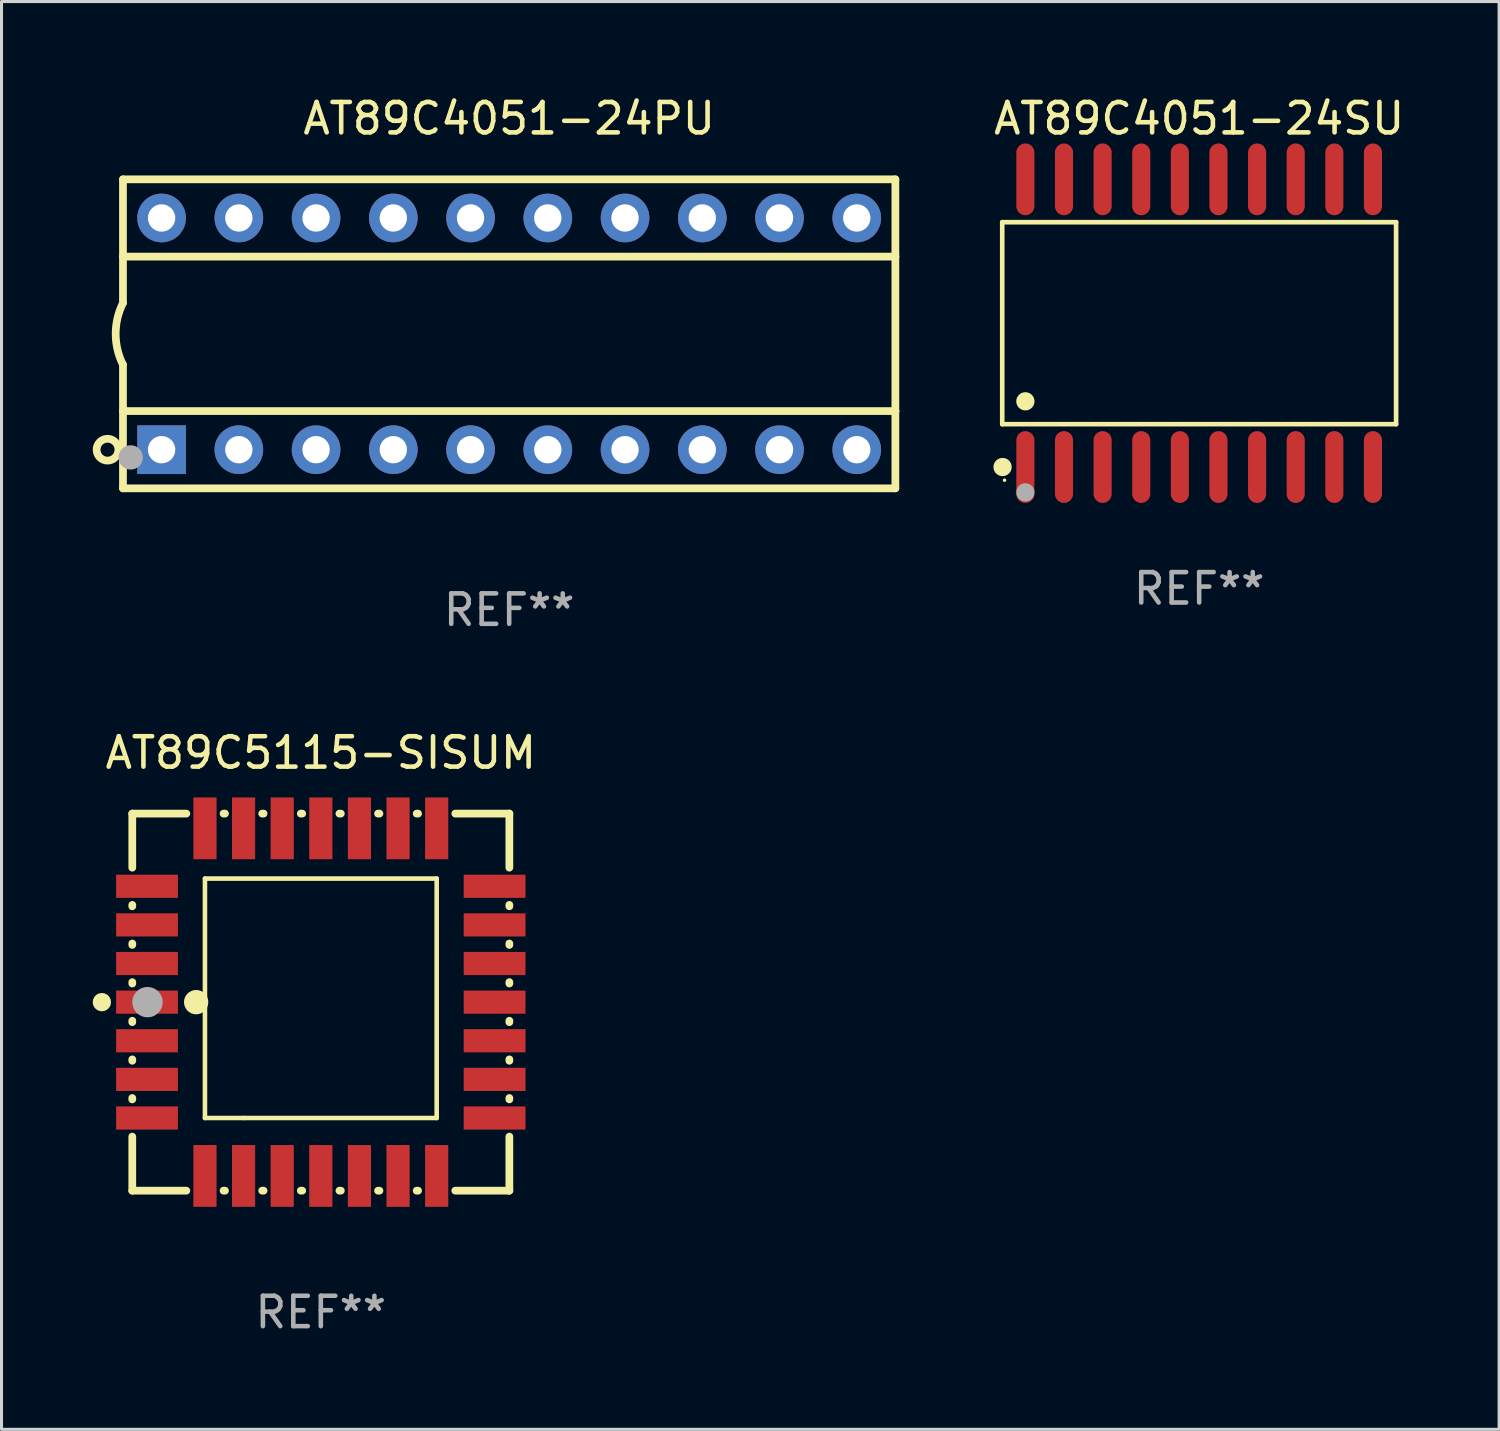
<source format=kicad_pcb>
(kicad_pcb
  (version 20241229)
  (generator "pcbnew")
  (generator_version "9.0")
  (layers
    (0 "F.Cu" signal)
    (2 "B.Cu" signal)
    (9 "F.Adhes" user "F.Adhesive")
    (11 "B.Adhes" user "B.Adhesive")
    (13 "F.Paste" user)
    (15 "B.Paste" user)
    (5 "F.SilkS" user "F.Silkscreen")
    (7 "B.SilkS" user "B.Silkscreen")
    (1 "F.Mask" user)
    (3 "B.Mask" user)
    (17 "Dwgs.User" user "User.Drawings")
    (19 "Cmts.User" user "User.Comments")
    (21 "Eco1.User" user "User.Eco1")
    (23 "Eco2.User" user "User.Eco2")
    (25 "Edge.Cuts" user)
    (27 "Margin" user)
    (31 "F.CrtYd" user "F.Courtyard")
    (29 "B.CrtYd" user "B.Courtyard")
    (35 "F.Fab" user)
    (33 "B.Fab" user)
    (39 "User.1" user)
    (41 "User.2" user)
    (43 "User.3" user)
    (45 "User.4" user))
  (footprint "AT89C4051-24PU"
    (layer "F.Cu")
    (at 13.694 7.928)
    (property "Reference" "AT89C4051-24PU" (at 0 -7.08 0) (layer "F.SilkS") (effects (font (size 1 1) (thickness 0.15))))
    (attr through_hole)
    (fp_line (start -12.7 -5.08) (end -12.7 -2.54) (stroke (width 0.254) (type solid)) (layer "F.SilkS"))
    (fp_line (start -12.7 -2.54) (end -12.7 -1.016) (stroke (width 0.254) (type solid)) (layer "F.SilkS"))
    (fp_line (start -12.7 -2.54) (end 12.7 -2.54) (stroke (width 0.254) (type solid)) (layer "F.SilkS"))
    (fp_line (start -12.7 2.54) (end -12.7 1.016) (stroke (width 0.254) (type solid)) (layer "F.SilkS"))
    (fp_line (start -12.7 2.54) (end 12.7 2.54) (stroke (width 0.254) (type solid)) (layer "F.SilkS"))
    (fp_line (start -12.7 5.08) (end -12.7 2.54) (stroke (width 0.254) (type solid)) (layer "F.SilkS"))
    (fp_line (start -12.7 5.08) (end 12.7 5.08) (stroke (width 0.254) (type solid)) (layer "F.SilkS"))
    (fp_line (start 12.7 -5.08) (end -12.7 -5.08) (stroke (width 0.254) (type solid)) (layer "F.SilkS"))
    (fp_line (start 12.7 -5.08) (end 12.7 -2.54) (stroke (width 0.254) (type solid)) (layer "F.SilkS"))
    (fp_line (start 12.7 -2.54) (end 12.7 2.54) (stroke (width 0.254) (type solid)) (layer "F.SilkS"))
    (fp_line (start 12.7 2.54) (end 12.7 5.08) (stroke (width 0.254) (type solid)) (layer "F.SilkS"))
    (fp_arc (start -12.7 1.016) (mid -12.939845 0) (end -12.7 -1.016) (stroke (width 0.254001) (type solid)) (layer "F.SilkS"))
    (fp_circle (center -13.208 3.81) (end -12.849 3.81) (stroke (width 0.254) (type solid)) (fill no) (layer "F.SilkS"))
    (fp_circle (center -12.7 5.1) (end -12.67 5.1) (stroke (width 0.06) (type solid)) (fill no) (layer "F.SilkS"))
    (fp_circle (center -12.446 4.064) (end -12.246 4.064) (stroke (width 0.4) (type solid)) (fill no) (layer "F.Fab"))
    (fp_text user "REF**" (at 0 9.08 0) (layer "F.Fab") (effects (font (size 1 1) (thickness 0.15))))
    (pad "1" thru_hole rect (at -11.43 3.81) (size 1.6 1.6) (drill 0.9) (layers "*.Cu" "*.Mask"))
    (pad "2" thru_hole circle (at -8.89 3.81) (size 1.6 1.6) (drill 0.9) (layers "*.Cu" "*.Mask"))
    (pad "3" thru_hole circle (at -6.35 3.81) (size 1.6 1.6) (drill 0.9) (layers "*.Cu" "*.Mask"))
    (pad "4" thru_hole circle (at -3.81 3.81) (size 1.6 1.6) (drill 0.9) (layers "*.Cu" "*.Mask"))
    (pad "5" thru_hole circle (at -1.27 3.81) (size 1.6 1.6) (drill 0.9) (layers "*.Cu" "*.Mask"))
    (pad "6" thru_hole circle (at 1.27 3.81) (size 1.6 1.6) (drill 0.9) (layers "*.Cu" "*.Mask"))
    (pad "7" thru_hole circle (at 3.81 3.81) (size 1.6 1.6) (drill 0.9) (layers "*.Cu" "*.Mask"))
    (pad "8" thru_hole circle (at 6.35 3.81) (size 1.6 1.6) (drill 0.9) (layers "*.Cu" "*.Mask"))
    (pad "9" thru_hole circle (at 8.89 3.81) (size 1.6 1.6) (drill 0.9) (layers "*.Cu" "*.Mask"))
    (pad "10" thru_hole circle (at 11.43 3.81) (size 1.6 1.6) (drill 0.9) (layers "*.Cu" "*.Mask"))
    (pad "11" thru_hole circle (at 11.43 -3.81) (size 1.6 1.6) (drill 0.9) (layers "*.Cu" "*.Mask"))
    (pad "12" thru_hole circle (at 8.89 -3.81) (size 1.6 1.6) (drill 0.9) (layers "*.Cu" "*.Mask"))
    (pad "13" thru_hole circle (at 6.35 -3.81) (size 1.6 1.6) (drill 0.9) (layers "*.Cu" "*.Mask"))
    (pad "14" thru_hole circle (at 3.81 -3.81) (size 1.6 1.6) (drill 0.9) (layers "*.Cu" "*.Mask"))
    (pad "15" thru_hole circle (at 1.27 -3.81) (size 1.6 1.6) (drill 0.9) (layers "*.Cu" "*.Mask"))
    (pad "16" thru_hole circle (at -1.27 -3.81) (size 1.6 1.6) (drill 0.9) (layers "*.Cu" "*.Mask"))
    (pad "17" thru_hole circle (at -3.81 -3.81) (size 1.6 1.6) (drill 0.9) (layers "*.Cu" "*.Mask"))
    (pad "18" thru_hole circle (at -6.35 -3.81) (size 1.6 1.6) (drill 0.9) (layers "*.Cu" "*.Mask"))
    (pad "19" thru_hole circle (at -8.89 -3.81) (size 1.6 1.6) (drill 0.9) (layers "*.Cu" "*.Mask"))
    (pad "20" thru_hole circle (at -11.43 -3.81) (size 1.6 1.6) (drill 0.9) (layers "*.Cu" "*.Mask")))
  (footprint "AT89C4051-24SU"
    (layer "F.Cu")
    (at 36.384 7.578)
    (property "Reference" "AT89C4051-24SU" (at 0 -6.73 0) (layer "F.SilkS") (effects (font (size 1 1) (thickness 0.15))))
    (attr through_hole)
    (fp_line (start -6.476 -3.321) (end 6.476 -3.321) (stroke (width 0.152) (type solid)) (layer "F.SilkS"))
    (fp_line (start -6.476 3.321) (end -6.476 -3.321) (stroke (width 0.152) (type solid)) (layer "F.SilkS"))
    (fp_line (start 6.476 -3.321) (end 6.476 3.321) (stroke (width 0.152) (type solid)) (layer "F.SilkS"))
    (fp_line (start 6.476 3.321) (end -6.476 3.321) (stroke (width 0.152) (type solid)) (layer "F.SilkS"))
    (fp_circle (center -6.465 4.73) (end -6.315 4.73) (stroke (width 0.3) (type solid)) (fill no) (layer "F.SilkS"))
    (fp_circle (center -6.4 5.163) (end -6.37 5.163) (stroke (width 0.06) (type solid)) (fill no) (layer "F.SilkS"))
    (fp_circle (center -5.715 2.569) (end -5.565 2.569) (stroke (width 0.3) (type solid)) (fill no) (layer "F.SilkS"))
    (fp_circle (center -5.715 5.563) (end -5.565 5.563) (stroke (width 0.3) (type solid)) (fill no) (layer "F.Fab"))
    (fp_text user "REF**" (at 0 8.73 0) (layer "F.Fab") (effects (font (size 1 1) (thickness 0.15))))
    (pad "1" smd oval (at -5.715 4.73) (size 0.595 2.36) (layers "F.Cu" "F.Mask" "F.Paste"))
    (pad "2" smd oval (at -4.445 4.73) (size 0.595 2.36) (layers "F.Cu" "F.Mask" "F.Paste"))
    (pad "3" smd oval (at -3.175 4.73) (size 0.595 2.36) (layers "F.Cu" "F.Mask" "F.Paste"))
    (pad "4" smd oval (at -1.905 4.73) (size 0.595 2.36) (layers "F.Cu" "F.Mask" "F.Paste"))
    (pad "5" smd oval (at -0.635 4.73) (size 0.595 2.36) (layers "F.Cu" "F.Mask" "F.Paste"))
    (pad "6" smd oval (at 0.635 4.73) (size 0.595 2.36) (layers "F.Cu" "F.Mask" "F.Paste"))
    (pad "7" smd oval (at 1.905 4.73) (size 0.595 2.36) (layers "F.Cu" "F.Mask" "F.Paste"))
    (pad "8" smd oval (at 3.175 4.73) (size 0.595 2.36) (layers "F.Cu" "F.Mask" "F.Paste"))
    (pad "9" smd oval (at 4.445 4.73) (size 0.595 2.36) (layers "F.Cu" "F.Mask" "F.Paste"))
    (pad "10" smd oval (at 5.715 4.73) (size 0.595 2.36) (layers "F.Cu" "F.Mask" "F.Paste"))
    (pad "11" smd oval (at 5.715 -4.73) (size 0.595 2.36) (layers "F.Cu" "F.Mask" "F.Paste"))
    (pad "12" smd oval (at 4.445 -4.73) (size 0.595 2.36) (layers "F.Cu" "F.Mask" "F.Paste"))
    (pad "13" smd oval (at 3.175 -4.73) (size 0.595 2.36) (layers "F.Cu" "F.Mask" "F.Paste"))
    (pad "14" smd oval (at 1.905 -4.73) (size 0.595 2.36) (layers "F.Cu" "F.Mask" "F.Paste"))
    (pad "15" smd oval (at 0.635 -4.73) (size 0.595 2.36) (layers "F.Cu" "F.Mask" "F.Paste"))
    (pad "16" smd oval (at -0.635 -4.73) (size 0.595 2.36) (layers "F.Cu" "F.Mask" "F.Paste"))
    (pad "17" smd oval (at -1.905 -4.73) (size 0.595 2.36) (layers "F.Cu" "F.Mask" "F.Paste"))
    (pad "18" smd oval (at -3.175 -4.73) (size 0.595 2.36) (layers "F.Cu" "F.Mask" "F.Paste"))
    (pad "19" smd oval (at -4.445 -4.73) (size 0.595 2.36) (layers "F.Cu" "F.Mask" "F.Paste"))
    (pad "20" smd oval (at -5.715 -4.73) (size 0.595 2.36) (layers "F.Cu" "F.Mask" "F.Paste")))
  (footprint "AT89C5115-SISUM"
    (layer "F.Cu")
    (at 7.5 29.905)
    (property "Reference" "AT89C5115-SISUM" (at 0 -8.2 0) (layer "F.SilkS") (effects (font (size 1 1) (thickness 0.15))))
    (attr through_hole)
    (fp_line (start -6.2 -6.2) (end -4.422 -6.2) (stroke (width 0.254) (type solid)) (layer "F.SilkS"))
    (fp_line (start -6.2 -4.422) (end -6.2 -6.2) (stroke (width 0.254) (type solid)) (layer "F.SilkS"))
    (fp_line (start -6.2 -3.152) (end -6.2 -3.198) (stroke (width 0.254) (type solid)) (layer "F.SilkS"))
    (fp_line (start -6.2 -1.882) (end -6.2 -1.928) (stroke (width 0.254) (type solid)) (layer "F.SilkS"))
    (fp_line (start -6.2 -0.612) (end -6.2 -0.658) (stroke (width 0.254) (type solid)) (layer "F.SilkS"))
    (fp_line (start -6.2 0.658) (end -6.2 0.612) (stroke (width 0.254) (type solid)) (layer "F.SilkS"))
    (fp_line (start -6.2 1.928) (end -6.2 1.882) (stroke (width 0.254) (type solid)) (layer "F.SilkS"))
    (fp_line (start -6.2 3.198) (end -6.2 3.152) (stroke (width 0.254) (type solid)) (layer "F.SilkS"))
    (fp_line (start -6.2 6.2) (end -6.2 4.422) (stroke (width 0.254) (type solid)) (layer "F.SilkS"))
    (fp_line (start -4.422 6.2) (end -6.2 6.2) (stroke (width 0.254) (type solid)) (layer "F.SilkS"))
    (fp_line (start -3.81 -4.064) (end 3.81 -4.064) (stroke (width 0.15) (type solid)) (layer "F.SilkS"))
    (fp_line (start -3.81 3.81) (end -3.81 -4.064) (stroke (width 0.15) (type solid)) (layer "F.SilkS"))
    (fp_line (start -3.198 -6.2) (end -3.152 -6.2) (stroke (width 0.254) (type solid)) (layer "F.SilkS"))
    (fp_line (start -3.152 6.2) (end -3.198 6.2) (stroke (width 0.254) (type solid)) (layer "F.SilkS"))
    (fp_line (start -2.54 3.81) (end -3.81 3.81) (stroke (width 0.15) (type solid)) (layer "F.SilkS"))
    (fp_line (start -1.928 -6.2) (end -1.882 -6.2) (stroke (width 0.254) (type solid)) (layer "F.SilkS"))
    (fp_line (start -1.882 6.2) (end -1.928 6.2) (stroke (width 0.254) (type solid)) (layer "F.SilkS"))
    (fp_line (start -0.658 -6.2) (end -0.612 -6.2) (stroke (width 0.254) (type solid)) (layer "F.SilkS"))
    (fp_line (start -0.612 6.2) (end -0.658 6.2) (stroke (width 0.254) (type solid)) (layer "F.SilkS"))
    (fp_line (start 0.612 -6.2) (end 0.658 -6.2) (stroke (width 0.254) (type solid)) (layer "F.SilkS"))
    (fp_line (start 0.658 6.2) (end 0.612 6.2) (stroke (width 0.254) (type solid)) (layer "F.SilkS"))
    (fp_line (start 1.882 -6.2) (end 1.928 -6.2) (stroke (width 0.254) (type solid)) (layer "F.SilkS"))
    (fp_line (start 1.928 6.2) (end 1.882 6.2) (stroke (width 0.254) (type solid)) (layer "F.SilkS"))
    (fp_line (start 3.152 -6.2) (end 3.198 -6.2) (stroke (width 0.254) (type solid)) (layer "F.SilkS"))
    (fp_line (start 3.198 6.2) (end 3.152 6.2) (stroke (width 0.254) (type solid)) (layer "F.SilkS"))
    (fp_line (start 3.81 -4.064) (end 3.81 3.81) (stroke (width 0.15) (type solid)) (layer "F.SilkS"))
    (fp_line (start 3.81 3.81) (end -2.54 3.81) (stroke (width 0.15) (type solid)) (layer "F.SilkS"))
    (fp_line (start 4.422 -6.2) (end 6.2 -6.2) (stroke (width 0.254) (type solid)) (layer "F.SilkS"))
    (fp_line (start 6.2 -6.2) (end 6.2 -4.422) (stroke (width 0.254) (type solid)) (layer "F.SilkS"))
    (fp_line (start 6.2 -3.198) (end 6.2 -3.152) (stroke (width 0.254) (type solid)) (layer "F.SilkS"))
    (fp_line (start 6.2 -1.928) (end 6.2 -1.882) (stroke (width 0.254) (type solid)) (layer "F.SilkS"))
    (fp_line (start 6.2 -0.658) (end 6.2 -0.612) (stroke (width 0.254) (type solid)) (layer "F.SilkS"))
    (fp_line (start 6.2 0.612) (end 6.2 0.658) (stroke (width 0.254) (type solid)) (layer "F.SilkS"))
    (fp_line (start 6.2 1.882) (end 6.2 1.928) (stroke (width 0.254) (type solid)) (layer "F.SilkS"))
    (fp_line (start 6.2 3.152) (end 6.2 3.198) (stroke (width 0.254) (type solid)) (layer "F.SilkS"))
    (fp_line (start 6.2 4.422) (end 6.2 6.2) (stroke (width 0.254) (type solid)) (layer "F.SilkS"))
    (fp_line (start 6.2 6.2) (end 4.422 6.2) (stroke (width 0.254) (type solid)) (layer "F.SilkS"))
    (fp_circle (center -7.2 0) (end -7.05 0) (stroke (width 0.3) (type solid)) (fill no) (layer "F.SilkS"))
    (fp_circle (center -6.223 6.223) (end -6.193 6.223) (stroke (width 0.06) (type solid)) (fill no) (layer "F.SilkS"))
    (fp_circle (center -4.1 0) (end -3.9 0) (stroke (width 0.4) (type solid)) (fill no) (layer "F.SilkS"))
    (fp_circle (center -5.7 0) (end -5.45 0) (stroke (width 0.5) (type solid)) (fill no) (layer "F.Fab"))
    (fp_text user "REF**" (at 0 10.2 0) (layer "F.Fab") (effects (font (size 1 1) (thickness 0.15))))
    (pad "1" smd rect (at -5.715 0) (size 2.032 0.762) (layers "F.Cu" "F.Mask" "F.Paste"))
    (pad "2" smd rect (at -5.715 1.27) (size 2.032 0.762) (layers "F.Cu" "F.Mask" "F.Paste"))
    (pad "3" smd rect (at -5.715 2.54) (size 2.032 0.762) (layers "F.Cu" "F.Mask" "F.Paste"))
    (pad "4" smd rect (at -5.715 3.81) (size 2.032 0.762) (layers "F.Cu" "F.Mask" "F.Paste"))
    (pad "5" smd rect (at -3.81 5.715) (size 0.762 2.032) (layers "F.Cu" "F.Mask" "F.Paste"))
    (pad "6" smd rect (at -2.54 5.715) (size 0.762 2.032) (layers "F.Cu" "F.Mask" "F.Paste"))
    (pad "7" smd rect (at -1.27 5.715) (size 0.762 2.032) (layers "F.Cu" "F.Mask" "F.Paste"))
    (pad "8" smd rect (at 0 5.715) (size 0.762 2.032) (layers "F.Cu" "F.Mask" "F.Paste"))
    (pad "9" smd rect (at 1.27 5.715) (size 0.762 2.032) (layers "F.Cu" "F.Mask" "F.Paste"))
    (pad "10" smd rect (at 2.54 5.715) (size 0.762 2.032) (layers "F.Cu" "F.Mask" "F.Paste"))
    (pad "11" smd rect (at 3.81 5.715) (size 0.762 2.032) (layers "F.Cu" "F.Mask" "F.Paste"))
    (pad "12" smd rect (at 5.715 3.81) (size 2.032 0.762) (layers "F.Cu" "F.Mask" "F.Paste"))
    (pad "13" smd rect (at 5.715 2.54) (size 2.032 0.762) (layers "F.Cu" "F.Mask" "F.Paste"))
    (pad "14" smd rect (at 5.715 1.27) (size 2.032 0.762) (layers "F.Cu" "F.Mask" "F.Paste"))
    (pad "15" smd rect (at 5.715 0) (size 2.032 0.762) (layers "F.Cu" "F.Mask" "F.Paste"))
    (pad "16" smd rect (at 5.715 -1.27) (size 2.032 0.762) (layers "F.Cu" "F.Mask" "F.Paste"))
    (pad "17" smd rect (at 5.715 -2.54) (size 2.032 0.762) (layers "F.Cu" "F.Mask" "F.Paste"))
    (pad "18" smd rect (at 5.715 -3.81) (size 2.032 0.762) (layers "F.Cu" "F.Mask" "F.Paste"))
    (pad "19" smd rect (at 3.81 -5.715) (size 0.762 2.032) (layers "F.Cu" "F.Mask" "F.Paste"))
    (pad "20" smd rect (at 2.54 -5.715) (size 0.762 2.032) (layers "F.Cu" "F.Mask" "F.Paste"))
    (pad "21" smd rect (at 1.27 -5.715) (size 0.762 2.032) (layers "F.Cu" "F.Mask" "F.Paste"))
    (pad "22" smd rect (at 0 -5.715) (size 0.762 2.032) (layers "F.Cu" "F.Mask" "F.Paste"))
    (pad "23" smd rect (at -1.27 -5.715) (size 0.762 2.032) (layers "F.Cu" "F.Mask" "F.Paste"))
    (pad "24" smd rect (at -2.54 -5.715) (size 0.762 2.032) (layers "F.Cu" "F.Mask" "F.Paste"))
    (pad "25" smd rect (at -3.81 -5.715) (size 0.762 2.032) (layers "F.Cu" "F.Mask" "F.Paste"))
    (pad "26" smd rect (at -5.715 -3.81) (size 2.032 0.762) (layers "F.Cu" "F.Mask" "F.Paste"))
    (pad "27" smd rect (at -5.715 -2.54) (size 2.032 0.762) (layers "F.Cu" "F.Mask" "F.Paste"))
    (pad "28" smd rect (at -5.715 -1.27) (size 2.032 0.762) (layers "F.Cu" "F.Mask" "F.Paste")))
  (gr_rect
    (start -3 -3)
    (end 46.247 43.953)
    (stroke (width 0.1) (type default))
    (fill no)
    (layer "Edge.Cuts")))
</source>
